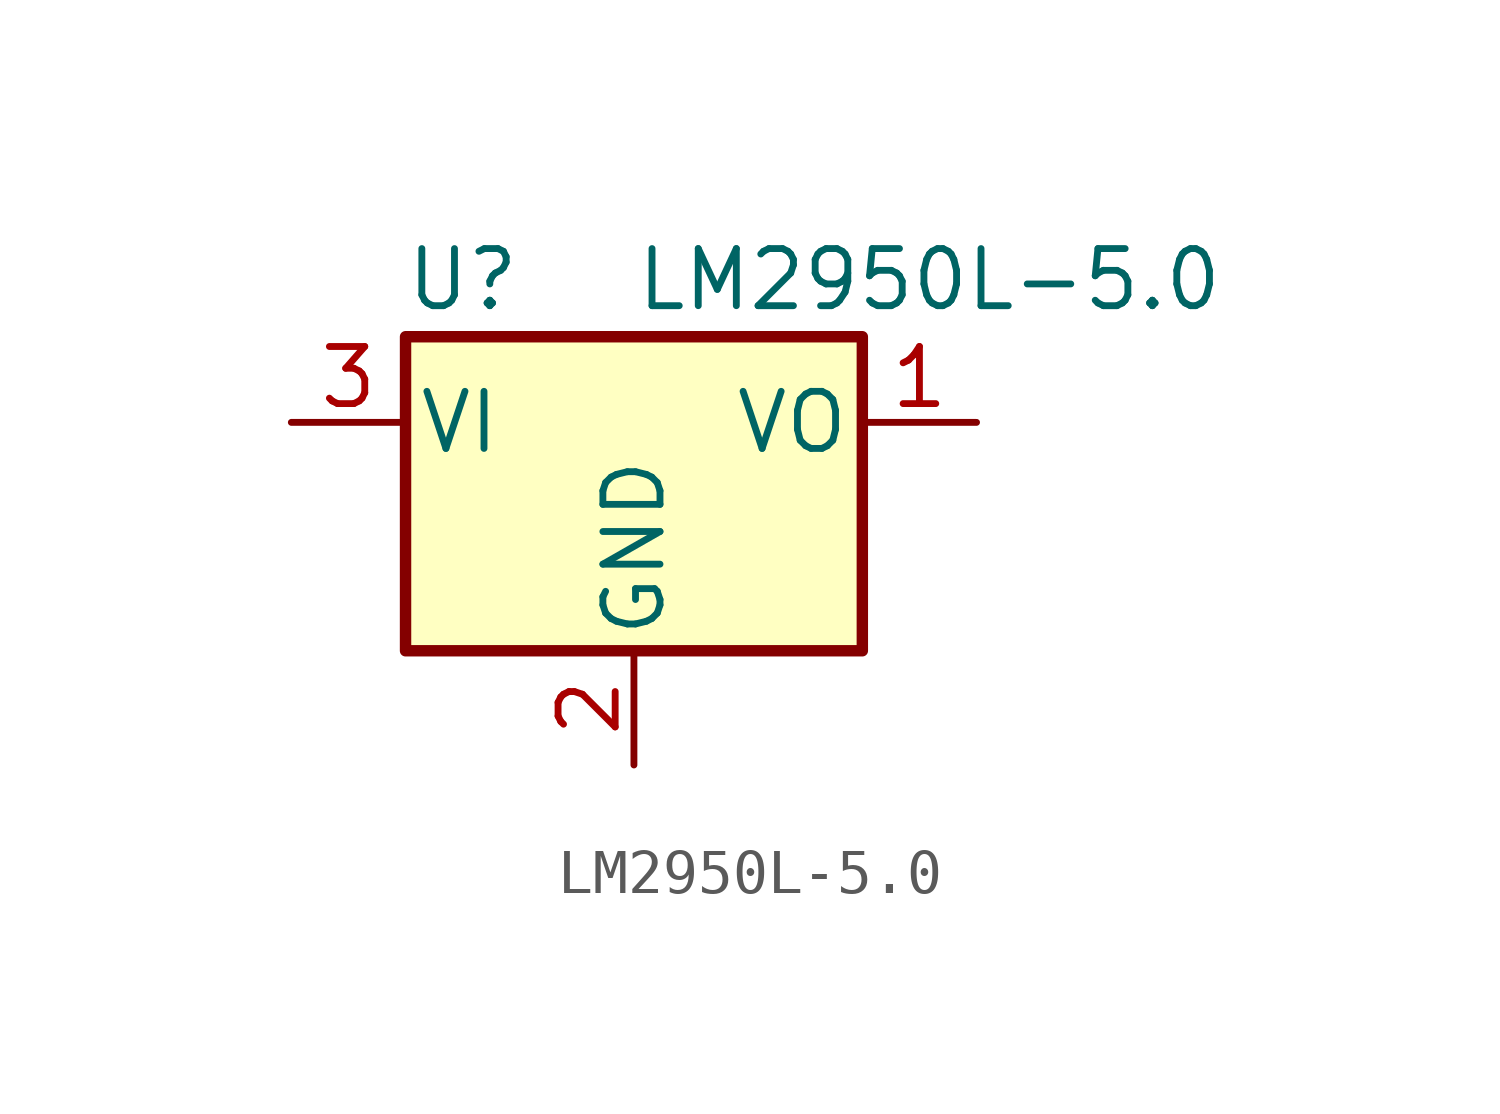
<source format=kicad_sym>
(kicad_symbol_lib
  (version 20220914)
  (generator kicad_symbol_editor)
  (symbol "LM2950L-5.0"
    (pin_names
      (offset 0.254))
    (property "Reference" "U"
      (at -3.81 3.175 0)
      (effects (font (size 1.27 1.27))))
    (property "Value" "LM2950L-5.0"
      (at 0 3.175 0)
      (effects (font (size 1.27 1.27)) (justify left)))
    (symbol "LM2950L-5.0_1_1"
      (rectangle (start -5.08 1.905) (end 5.08 -5.08) (stroke (width 0.254) (type default)) (fill (type background)))
      (pin power_out line (at 7.62 0 180) (length 2.54) (name "VO" (effects (font (size 1.27 1.27)))) (number "1" (effects (font (size 1.27 1.27)))))
      (pin power_in line (at 0 -7.62 90) (length 2.54) (name "GND" (effects (font (size 1.27 1.27)))) (number "2" (effects (font (size 1.27 1.27)))))
      (pin power_in line (at -7.62 0 0) (length 2.54) (name "VI" (effects (font (size 1.27 1.27)))) (number "3" (effects (font (size 1.27 1.27))))))))
</source>
